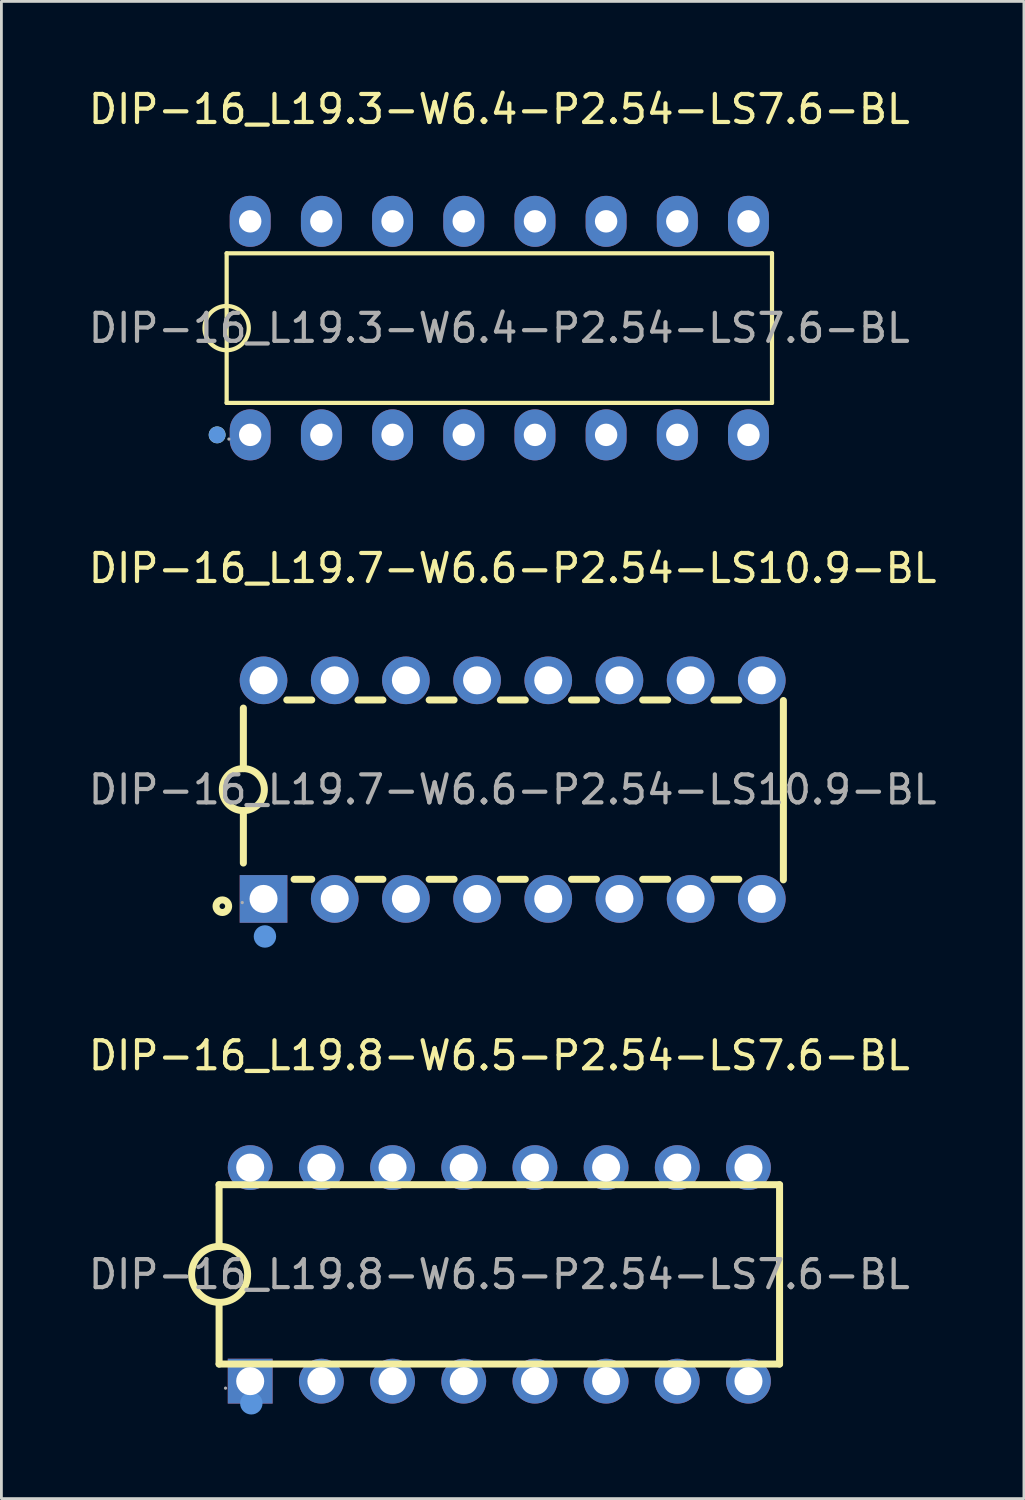
<source format=kicad_pcb>
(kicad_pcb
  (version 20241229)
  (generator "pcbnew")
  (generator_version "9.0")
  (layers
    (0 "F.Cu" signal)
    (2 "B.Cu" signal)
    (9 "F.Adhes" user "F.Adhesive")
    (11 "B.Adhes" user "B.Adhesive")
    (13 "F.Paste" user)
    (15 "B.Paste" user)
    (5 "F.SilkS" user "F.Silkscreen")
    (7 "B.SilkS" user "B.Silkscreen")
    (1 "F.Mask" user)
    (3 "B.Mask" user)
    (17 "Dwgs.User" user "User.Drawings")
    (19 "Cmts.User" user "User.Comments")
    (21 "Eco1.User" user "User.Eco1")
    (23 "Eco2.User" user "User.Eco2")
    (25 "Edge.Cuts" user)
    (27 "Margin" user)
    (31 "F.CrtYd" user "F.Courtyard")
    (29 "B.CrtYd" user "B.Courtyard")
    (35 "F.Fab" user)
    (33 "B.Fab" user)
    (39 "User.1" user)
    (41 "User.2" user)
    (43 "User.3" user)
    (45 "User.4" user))
  (footprint "DIP-16_L19.3-W6.4-P2.54-LS7.6-BL"
    (layer "F.Cu")
    (at 14.768 8.658)
    (property "Reference" "DIP-16_L19.3-W6.4-P2.54-LS7.6-BL" (at 0 -7.81 0) (layer "F.SilkS") (effects (font (size 1 1) (thickness 0.15))))
    (attr through_hole)
    (fp_line (start -9.73 -2.67) (end 9.73 -2.67) (stroke (width 0.15) (type solid)) (layer "F.SilkS"))
    (fp_line (start -9.73 2.67) (end -9.73 -2.67) (stroke (width 0.15) (type solid)) (layer "F.SilkS"))
    (fp_line (start 9.73 -2.67) (end 9.73 2.67) (stroke (width 0.15) (type solid)) (layer "F.SilkS"))
    (fp_line (start 9.73 2.67) (end -9.73 2.67) (stroke (width 0.15) (type solid)) (layer "F.SilkS"))
    (fp_arc (start -9.743787 0.78988) (mid -9.723106 -0.78997) (end -9.73 0.79) (stroke (width 0.15) (type solid)) (layer "F.SilkS"))
    (fp_circle (center -10.07 3.81) (end -9.92 3.81) (stroke (width 0.3) (type solid)) (fill no) (layer "F.SilkS"))
    (fp_circle (center -10.07 3.81) (end -9.92 3.81) (stroke (width 0.3) (type solid)) (fill no) (layer "Cmts.User"))
    (fp_circle (center -9.65 3.96) (end -9.62 3.96) (stroke (width 0.06) (type solid)) (fill no) (layer "F.Fab"))
    (fp_text user "${REFERENCE}" (at 0 0 0) (layer "F.Fab") (effects (font (size 1 1) (thickness 0.15))))
    (pad "1" thru_hole oval (at -8.89 3.81) (size 1.46 1.82) (drill 0.8) (layers "*.Cu" "*.Paste" "*.Mask"))
    (pad "2" thru_hole oval (at -6.35 3.81) (size 1.46 1.82) (drill 0.8) (layers "*.Cu" "*.Paste" "*.Mask"))
    (pad "3" thru_hole oval (at -3.81 3.81) (size 1.46 1.82) (drill 0.8) (layers "*.Cu" "*.Paste" "*.Mask"))
    (pad "4" thru_hole oval (at -1.27 3.81) (size 1.46 1.82) (drill 0.8) (layers "*.Cu" "*.Paste" "*.Mask"))
    (pad "5" thru_hole oval (at 1.27 3.81) (size 1.46 1.82) (drill 0.8) (layers "*.Cu" "*.Paste" "*.Mask"))
    (pad "6" thru_hole oval (at 3.81 3.81) (size 1.46 1.82) (drill 0.8) (layers "*.Cu" "*.Paste" "*.Mask"))
    (pad "7" thru_hole oval (at 6.35 3.81) (size 1.46 1.82) (drill 0.8) (layers "*.Cu" "*.Paste" "*.Mask"))
    (pad "8" thru_hole oval (at 8.89 3.81) (size 1.46 1.82) (drill 0.8) (layers "*.Cu" "*.Paste" "*.Mask"))
    (pad "9" thru_hole oval (at 8.89 -3.81) (size 1.46 1.82) (drill 0.8) (layers "*.Cu" "*.Paste" "*.Mask"))
    (pad "10" thru_hole oval (at 6.35 -3.81) (size 1.46 1.82) (drill 0.8) (layers "*.Cu" "*.Paste" "*.Mask"))
    (pad "11" thru_hole oval (at 3.81 -3.81) (size 1.46 1.82) (drill 0.8) (layers "*.Cu" "*.Paste" "*.Mask"))
    (pad "12" thru_hole oval (at 1.27 -3.81) (size 1.46 1.82) (drill 0.8) (layers "*.Cu" "*.Paste" "*.Mask"))
    (pad "13" thru_hole oval (at -1.27 -3.81) (size 1.46 1.82) (drill 0.8) (layers "*.Cu" "*.Paste" "*.Mask"))
    (pad "14" thru_hole oval (at -3.81 -3.81) (size 1.46 1.82) (drill 0.8) (layers "*.Cu" "*.Paste" "*.Mask"))
    (pad "15" thru_hole oval (at -6.35 -3.81) (size 1.46 1.82) (drill 0.8) (layers "*.Cu" "*.Paste" "*.Mask"))
    (pad "16" thru_hole oval (at -8.89 -3.81) (size 1.46 1.82) (drill 0.8) (layers "*.Cu" "*.Paste" "*.Mask")))
  (footprint "DIP-16_L19.8-W6.5-P2.54-LS7.6-BL"
    (layer "F.Cu")
    (at 14.768 42.425)
    (property "Reference" "DIP-16_L19.8-W6.5-P2.54-LS7.6-BL" (at 0 -7.81 0) (layer "F.SilkS") (effects (font (size 1 1) (thickness 0.15))))
    (attr through_hole)
    (fp_line (start -10 -1) (end -10 -3.2) (stroke (width 0.25) (type solid)) (layer "F.SilkS"))
    (fp_line (start -10 3.2) (end -10 1) (stroke (width 0.25) (type solid)) (layer "F.SilkS"))
    (fp_line (start 10 -3.2) (end -10 -3.2) (stroke (width 0.25) (type solid)) (layer "F.SilkS"))
    (fp_line (start 10 3.2) (end -10 3.2) (stroke (width 0.25) (type solid)) (layer "F.SilkS"))
    (fp_line (start 10 3.2) (end 10 -3.2) (stroke (width 0.25) (type solid)) (layer "F.SilkS"))
    (fp_arc (start -9.967457 1.000371) (mid -10.001272 -1.000223) (end -9.95 1) (stroke (width 0.25) (type solid)) (layer "F.SilkS"))
    (fp_circle (center -8.85 4.6) (end -8.65 4.6) (stroke (width 0.4) (type solid)) (fill no) (layer "Cmts.User"))
    (fp_circle (center -9.77 4.06) (end -9.74 4.06) (stroke (width 0.06) (type solid)) (fill no) (layer "F.Fab"))
    (fp_circle (center -8.89 -3.75) (end -8.77 -3.75) (stroke (width 0.25) (type solid)) (fill no) (layer "F.Fab"))
    (fp_circle (center -8.89 3.81) (end -8.77 3.81) (stroke (width 0.25) (type solid)) (fill no) (layer "F.Fab"))
    (fp_circle (center -6.35 -3.75) (end -6.23 -3.75) (stroke (width 0.25) (type solid)) (fill no) (layer "F.Fab"))
    (fp_circle (center -6.35 3.75) (end -6.23 3.75) (stroke (width 0.25) (type solid)) (fill no) (layer "F.Fab"))
    (fp_circle (center -3.81 -3.75) (end -3.69 -3.75) (stroke (width 0.25) (type solid)) (fill no) (layer "F.Fab"))
    (fp_circle (center -3.81 3.75) (end -3.69 3.75) (stroke (width 0.25) (type solid)) (fill no) (layer "F.Fab"))
    (fp_circle (center -1.27 -3.81) (end -1.15 -3.81) (stroke (width 0.25) (type solid)) (fill no) (layer "F.Fab"))
    (fp_circle (center -1.27 3.81) (end -1.15 3.81) (stroke (width 0.25) (type solid)) (fill no) (layer "F.Fab"))
    (fp_circle (center 1.27 -3.81) (end 1.39 -3.81) (stroke (width 0.25) (type solid)) (fill no) (layer "F.Fab"))
    (fp_circle (center 1.27 3.81) (end 1.39 3.81) (stroke (width 0.25) (type solid)) (fill no) (layer "F.Fab"))
    (fp_circle (center 3.81 -3.75) (end 3.93 -3.75) (stroke (width 0.25) (type solid)) (fill no) (layer "F.Fab"))
    (fp_circle (center 3.81 3.75) (end 3.93 3.75) (stroke (width 0.25) (type solid)) (fill no) (layer "F.Fab"))
    (fp_circle (center 6.35 -3.75) (end 6.47 -3.75) (stroke (width 0.25) (type solid)) (fill no) (layer "F.Fab"))
    (fp_circle (center 6.35 3.75) (end 6.47 3.75) (stroke (width 0.25) (type solid)) (fill no) (layer "F.Fab"))
    (fp_circle (center 8.89 -3.81) (end 9.01 -3.81) (stroke (width 0.25) (type solid)) (fill no) (layer "F.Fab"))
    (fp_circle (center 8.89 3.75) (end 9.01 3.75) (stroke (width 0.25) (type solid)) (fill no) (layer "F.Fab"))
    (fp_text user "${REFERENCE}" (at 0 0 0) (layer "F.Fab") (effects (font (size 1 1) (thickness 0.15))))
    (pad "1" thru_hole rect (at -8.89 3.81 90) (size 1.6 1.6) (drill 1) (layers "*.Cu" "*.Paste" "*.Mask"))
    (pad "2" thru_hole circle (at -6.35 3.81 90) (size 1.6 1.6) (drill 1) (layers "*.Cu" "*.Paste" "*.Mask"))
    (pad "3" thru_hole circle (at -3.81 3.81 90) (size 1.6 1.6) (drill 1) (layers "*.Cu" "*.Paste" "*.Mask"))
    (pad "4" thru_hole circle (at -1.27 3.81 90) (size 1.6 1.6) (drill 1) (layers "*.Cu" "*.Paste" "*.Mask"))
    (pad "5" thru_hole circle (at 1.27 3.81 90) (size 1.6 1.6) (drill 1) (layers "*.Cu" "*.Paste" "*.Mask"))
    (pad "6" thru_hole circle (at 3.81 3.81 90) (size 1.6 1.6) (drill 1) (layers "*.Cu" "*.Paste" "*.Mask"))
    (pad "7" thru_hole circle (at 6.35 3.81 90) (size 1.6 1.6) (drill 1) (layers "*.Cu" "*.Paste" "*.Mask"))
    (pad "8" thru_hole circle (at 8.89 3.81 90) (size 1.6 1.6) (drill 1) (layers "*.Cu" "*.Paste" "*.Mask"))
    (pad "9" thru_hole circle (at 8.89 -3.81 90) (size 1.6 1.6) (drill 1) (layers "*.Cu" "*.Paste" "*.Mask"))
    (pad "10" thru_hole circle (at 6.35 -3.81 90) (size 1.6 1.6) (drill 1) (layers "*.Cu" "*.Paste" "*.Mask"))
    (pad "11" thru_hole circle (at 3.81 -3.81 90) (size 1.6 1.6) (drill 1) (layers "*.Cu" "*.Paste" "*.Mask"))
    (pad "12" thru_hole circle (at 1.27 -3.81 90) (size 1.6 1.6) (drill 1) (layers "*.Cu" "*.Paste" "*.Mask"))
    (pad "13" thru_hole circle (at -1.27 -3.81 90) (size 1.6 1.6) (drill 1) (layers "*.Cu" "*.Paste" "*.Mask"))
    (pad "14" thru_hole circle (at -3.81 -3.81 90) (size 1.6 1.6) (drill 1) (layers "*.Cu" "*.Paste" "*.Mask"))
    (pad "15" thru_hole circle (at -6.35 -3.81 90) (size 1.6 1.6) (drill 1) (layers "*.Cu" "*.Paste" "*.Mask"))
    (pad "16" thru_hole circle (at -8.89 -3.81 90) (size 1.6 1.6) (drill 1) (layers "*.Cu" "*.Paste" "*.Mask")))
  (footprint "DIP-16_L19.7-W6.6-P2.54-LS10.9-BL"
    (layer "F.Cu")
    (at 15.244 25.127)
    (property "Reference" "DIP-16_L19.7-W6.6-P2.54-LS10.9-BL" (at 0 -7.9 0) (layer "F.SilkS") (effects (font (size 1 1) (thickness 0.15))))
    (attr through_hole)
    (fp_line (start -9.61 -0.75) (end -9.61 -2.91) (stroke (width 0.25) (type solid)) (layer "F.SilkS"))
    (fp_line (start -9.61 0.75) (end -9.61 2.62) (stroke (width 0.25) (type solid)) (layer "F.SilkS"))
    (fp_line (start -8.06 -3.2) (end -7.17 -3.2) (stroke (width 0.25) (type solid)) (layer "F.SilkS"))
    (fp_line (start -7.8 3.2) (end -7.17 3.2) (stroke (width 0.25) (type solid)) (layer "F.SilkS"))
    (fp_line (start -5.52 -3.2) (end -4.63 -3.2) (stroke (width 0.25) (type solid)) (layer "F.SilkS"))
    (fp_line (start -5.52 3.2) (end -4.63 3.2) (stroke (width 0.25) (type solid)) (layer "F.SilkS"))
    (fp_line (start -2.98 -3.2) (end -2.09 -3.2) (stroke (width 0.25) (type solid)) (layer "F.SilkS"))
    (fp_line (start -2.98 3.2) (end -2.09 3.2) (stroke (width 0.25) (type solid)) (layer "F.SilkS"))
    (fp_line (start -0.44 -3.2) (end 0.45 -3.2) (stroke (width 0.25) (type solid)) (layer "F.SilkS"))
    (fp_line (start -0.44 3.2) (end 0.45 3.2) (stroke (width 0.25) (type solid)) (layer "F.SilkS"))
    (fp_line (start 2.1 -3.2) (end 2.99 -3.2) (stroke (width 0.25) (type solid)) (layer "F.SilkS"))
    (fp_line (start 2.1 3.2) (end 2.99 3.2) (stroke (width 0.25) (type solid)) (layer "F.SilkS"))
    (fp_line (start 4.64 -3.2) (end 5.53 -3.2) (stroke (width 0.25) (type solid)) (layer "F.SilkS"))
    (fp_line (start 4.64 3.2) (end 5.53 3.2) (stroke (width 0.25) (type solid)) (layer "F.SilkS"))
    (fp_line (start 7.18 -3.2) (end 8.07 -3.2) (stroke (width 0.25) (type solid)) (layer "F.SilkS"))
    (fp_line (start 7.18 3.2) (end 8.07 3.2) (stroke (width 0.25) (type solid)) (layer "F.SilkS"))
    (fp_line (start 9.66 -3.18) (end 9.66 3.22) (stroke (width 0.25) (type solid)) (layer "F.SilkS"))
    (fp_arc (start -9.623089 0.749886) (mid -9.603455 -0.749972) (end -9.61 0.75) (stroke (width 0.25) (type solid)) (layer "F.SilkS"))
    (fp_circle (center -10.36 4.16) (end -10.26 4.16) (stroke (width 0.25) (type solid)) (fill no) (layer "F.SilkS"))
    (fp_circle (center -8.84 5.24) (end -8.64 5.24) (stroke (width 0.4) (type solid)) (fill no) (layer "Cmts.User"))
    (fp_circle (center -9.65 4.03) (end -9.62 4.03) (stroke (width 0.06) (type solid)) (fill no) (layer "F.Fab"))
    (fp_text user "${REFERENCE}" (at 0 0 0) (layer "F.Fab") (effects (font (size 1 1) (thickness 0.15))))
    (pad "1" thru_hole rect (at -8.89 3.9) (size 1.7 1.7) (drill 1) (layers "*.Cu" "*.Paste" "*.Mask"))
    (pad "2" thru_hole circle (at -6.35 3.9) (size 1.7 1.7) (drill 1) (layers "*.Cu" "*.Paste" "*.Mask"))
    (pad "3" thru_hole circle (at -3.81 3.9) (size 1.7 1.7) (drill 1) (layers "*.Cu" "*.Paste" "*.Mask"))
    (pad "4" thru_hole circle (at -1.27 3.9) (size 1.7 1.7) (drill 1) (layers "*.Cu" "*.Paste" "*.Mask"))
    (pad "5" thru_hole circle (at 1.27 3.9) (size 1.7 1.7) (drill 1) (layers "*.Cu" "*.Paste" "*.Mask"))
    (pad "6" thru_hole circle (at 3.81 3.9) (size 1.7 1.7) (drill 1) (layers "*.Cu" "*.Paste" "*.Mask"))
    (pad "7" thru_hole circle (at 6.35 3.9) (size 1.7 1.7) (drill 1) (layers "*.Cu" "*.Paste" "*.Mask"))
    (pad "8" thru_hole circle (at 8.89 3.9) (size 1.7 1.7) (drill 1) (layers "*.Cu" "*.Paste" "*.Mask"))
    (pad "9" thru_hole circle (at 8.89 -3.9) (size 1.7 1.7) (drill 1) (layers "*.Cu" "*.Paste" "*.Mask"))
    (pad "10" thru_hole circle (at 6.35 -3.9) (size 1.7 1.7) (drill 1) (layers "*.Cu" "*.Paste" "*.Mask"))
    (pad "11" thru_hole circle (at 3.81 -3.9) (size 1.7 1.7) (drill 1) (layers "*.Cu" "*.Paste" "*.Mask"))
    (pad "12" thru_hole circle (at 1.27 -3.9) (size 1.7 1.7) (drill 1) (layers "*.Cu" "*.Paste" "*.Mask"))
    (pad "13" thru_hole circle (at -1.27 -3.9) (size 1.7 1.7) (drill 1) (layers "*.Cu" "*.Paste" "*.Mask"))
    (pad "14" thru_hole circle (at -3.81 -3.9) (size 1.7 1.7) (drill 1) (layers "*.Cu" "*.Paste" "*.Mask"))
    (pad "15" thru_hole circle (at -6.35 -3.9) (size 1.7 1.7) (drill 1) (layers "*.Cu" "*.Paste" "*.Mask"))
    (pad "16" thru_hole circle (at -8.89 -3.9) (size 1.7 1.7) (drill 1) (layers "*.Cu" "*.Paste" "*.Mask")))
  (gr_rect
    (start -3 -3)
    (end 33.488 50.425)
    (stroke (width 0.1) (type default))
    (fill no)
    (layer "Edge.Cuts")))
</source>
